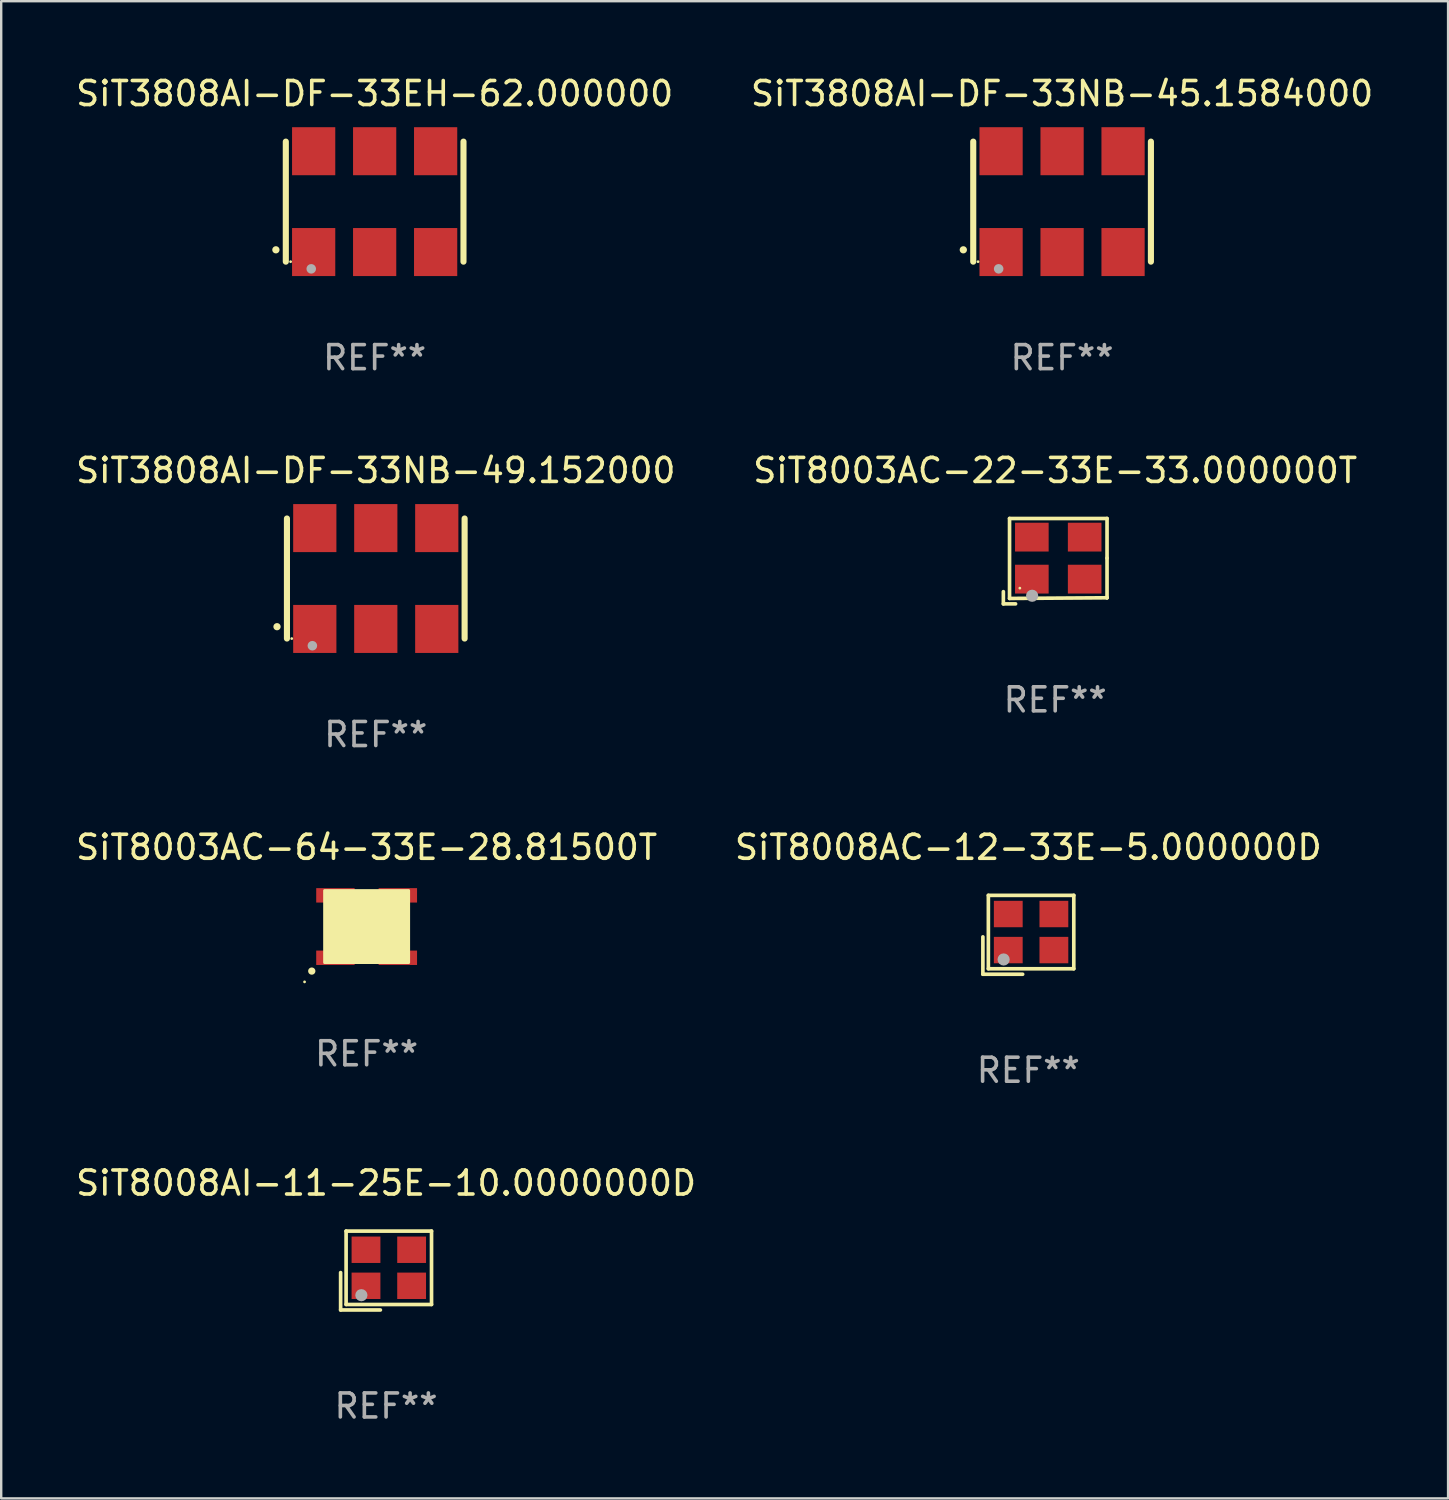
<source format=kicad_pcb>
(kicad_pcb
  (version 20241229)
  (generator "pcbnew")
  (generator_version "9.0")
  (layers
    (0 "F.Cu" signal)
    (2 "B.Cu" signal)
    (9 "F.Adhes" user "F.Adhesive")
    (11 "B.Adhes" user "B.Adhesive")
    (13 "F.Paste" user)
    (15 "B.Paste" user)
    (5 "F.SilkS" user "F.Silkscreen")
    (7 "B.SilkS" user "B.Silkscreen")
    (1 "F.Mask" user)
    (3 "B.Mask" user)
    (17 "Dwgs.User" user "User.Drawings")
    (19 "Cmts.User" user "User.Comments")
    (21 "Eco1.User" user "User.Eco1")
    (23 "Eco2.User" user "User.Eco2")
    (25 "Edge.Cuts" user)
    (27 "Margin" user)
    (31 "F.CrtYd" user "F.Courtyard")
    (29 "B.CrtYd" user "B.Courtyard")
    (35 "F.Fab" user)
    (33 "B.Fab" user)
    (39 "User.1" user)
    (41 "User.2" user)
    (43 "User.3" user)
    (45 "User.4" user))
  (footprint "SiT8003AC-22-33E-33.000000T"
    (layer "F.Cu")
    (at 40.899 20.323)
    (property "Reference" "SiT8003AC-22-33E-33.000000T" (at 0 -3.778 0) (layer "F.SilkS") (effects (font (size 1 1) (thickness 0.15))))
    (attr through_hole)
    (fp_line (start -2.159 1.27) (end -2.159 1.778) (stroke (width 0.152) (type solid)) (layer "F.SilkS"))
    (fp_line (start -2.159 1.778) (end -1.651 1.778) (stroke (width 0.152) (type solid)) (layer "F.SilkS"))
    (fp_line (start -1.902 -1.778) (end 2.159 -1.778) (stroke (width 0.152) (type solid)) (layer "F.SilkS"))
    (fp_line (start -1.902 1.552) (end -1.902 -1.778) (stroke (width 0.152) (type solid)) (layer "F.SilkS"))
    (fp_line (start 2.159 -1.778) (end 2.159 -0.127) (stroke (width 0.152) (type solid)) (layer "F.SilkS"))
    (fp_line (start 2.159 -0.127) (end 2.159 1.524) (stroke (width 0.152) (type solid)) (layer "F.SilkS"))
    (fp_line (start 2.159 1.524) (end -1.902 1.552) (stroke (width 0.152) (type solid)) (layer "F.SilkS"))
    (fp_line (start 2.159 1.524) (end 2.159 1.524) (stroke (width 0.152) (type solid)) (layer "F.SilkS"))
    (fp_circle (center -1.473 1.123) (end -1.443 1.123) (stroke (width 0.06) (type solid)) (fill no) (layer "F.SilkS"))
    (fp_circle (center -0.961 1.44) (end -0.834 1.44) (stroke (width 0.254) (type solid)) (fill no) (layer "F.Fab"))
    (fp_text user "REF**" (at 0 5.778 0) (layer "F.Fab") (effects (font (size 1 1) (thickness 0.15))))
    (pad "1" smd rect (at -0.973 0.748) (size 1.4 1.2) (layers "F.Cu" "F.Mask" "F.Paste"))
    (pad "2" smd rect (at 1.227 0.748) (size 1.4 1.2) (layers "F.Cu" "F.Mask" "F.Paste"))
    (pad "3" smd rect (at 1.227 -1.002) (size 1.4 1.2) (layers "F.Cu" "F.Mask" "F.Paste"))
    (pad "4" smd rect (at -0.973 -1.002) (size 1.4 1.2) (layers "F.Cu" "F.Mask" "F.Paste")))
  (footprint "SiT8003AC-64-33E-28.81500T"
    (layer "F.Cu")
    (at 12.22 35.541)
    (property "Reference" "SiT8003AC-64-33E-28.81500T" (at 0 -3.3 0) (layer "F.SilkS") (effects (font (size 1 1) (thickness 0.15))))
    (attr through_hole)
    (fp_arc (start -2.286005 1.854153) (mid -2.284735 1.854148) (end -2.283465 1.854153) (stroke (width 0.3) (type solid)) (layer "F.SilkS"))
    (fp_circle (center -2.585 2.304) (end -2.555 2.304) (stroke (width 0.06) (type solid)) (fill no) (layer "F.SilkS"))
    (fp_poly (pts (xy -1.75 -1.5) (xy 1.75 -1.5) (xy 1.75 1.5) (xy -1.75 1.5)) (stroke (width 0.12) (type solid)) (fill yes) (layer "F.SilkS"))
    (fp_text user "REF**" (at 0 5.3 0) (layer "F.Fab") (effects (font (size 1 1) (thickness 0.15))))
    (pad "1" smd rect (at -1.3 1.3) (size 1.6 0.6) (layers "F.Cu" "F.Mask" "F.Paste"))
    (pad "2" smd rect (at 1.3 1.3) (size 1.6 0.6) (layers "F.Cu" "F.Mask" "F.Paste"))
    (pad "3" smd rect (at 1.3 -1.3) (size 1.6 0.6) (layers "F.Cu" "F.Mask" "F.Paste"))
    (pad "4" smd rect (at -1.3 -1.3) (size 1.6 0.6) (layers "F.Cu" "F.Mask" "F.Paste")))
  (footprint "SiT3808AI-DF-33NB-49.152000"
    (layer "F.Cu")
    (at 12.601 21.045)
    (property "Reference" "SiT3808AI-DF-33NB-49.152000" (at 0 -4.5 0) (layer "F.SilkS") (effects (font (size 1 1) (thickness 0.15))))
    (attr through_hole)
    (fp_line (start -3.7 -2.5) (end -3.7 2.5) (stroke (width 0.254) (type solid)) (layer "F.SilkS"))
    (fp_line (start 3.7 -2.5) (end 3.7 2.5) (stroke (width 0.254) (type solid)) (layer "F.SilkS"))
    (fp_arc (start -4.114415 2.006604) (mid -4.113145 2.006599) (end -4.111875 2.006604) (stroke (width 0.3) (type solid)) (layer "F.SilkS"))
    (fp_circle (center -3.5 2.501) (end -3.47 2.501) (stroke (width 0.06) (type solid)) (fill no) (layer "F.SilkS"))
    (fp_circle (center -2.641 2.799) (end -2.541 2.799) (stroke (width 0.2) (type solid)) (fill no) (layer "F.Fab"))
    (fp_text user "REF**" (at 0 6.5 0) (layer "F.Fab") (effects (font (size 1 1) (thickness 0.15))))
    (pad "1" smd rect (at -2.54 2.1) (size 1.8 2) (layers "F.Cu" "F.Mask" "F.Paste"))
    (pad "2" smd rect (at 0.000394 2.1) (size 1.8 2) (layers "F.Cu" "F.Mask" "F.Paste"))
    (pad "3" smd rect (at 2.54 2.1) (size 1.8 2) (layers "F.Cu" "F.Mask" "F.Paste"))
    (pad "4" smd rect (at 2.54 -2.1) (size 1.8 2) (layers "F.Cu" "F.Mask" "F.Paste"))
    (pad "5" smd rect (at 0.000394 -2.1) (size 1.8 2) (layers "F.Cu" "F.Mask" "F.Paste"))
    (pad "6" smd rect (at -2.54 -2.1) (size 1.8 2) (layers "F.Cu" "F.Mask" "F.Paste")))
  (footprint "SiT3808AI-DF-33EH-62.000000"
    (layer "F.Cu")
    (at 12.554 5.348)
    (property "Reference" "SiT3808AI-DF-33EH-62.000000" (at 0 -4.5 0) (layer "F.SilkS") (effects (font (size 1 1) (thickness 0.15))))
    (attr through_hole)
    (fp_line (start -3.7 -2.5) (end -3.7 2.5) (stroke (width 0.254) (type solid)) (layer "F.SilkS"))
    (fp_line (start 3.7 -2.5) (end 3.7 2.5) (stroke (width 0.254) (type solid)) (layer "F.SilkS"))
    (fp_arc (start -4.114415 2.006604) (mid -4.113145 2.006599) (end -4.111875 2.006604) (stroke (width 0.3) (type solid)) (layer "F.SilkS"))
    (fp_circle (center -3.5 2.501) (end -3.47 2.501) (stroke (width 0.06) (type solid)) (fill no) (layer "F.SilkS"))
    (fp_circle (center -2.641 2.799) (end -2.541 2.799) (stroke (width 0.2) (type solid)) (fill no) (layer "F.Fab"))
    (fp_text user "REF**" (at 0 6.5 0) (layer "F.Fab") (effects (font (size 1 1) (thickness 0.15))))
    (pad "1" smd rect (at -2.54 2.1) (size 1.8 2) (layers "F.Cu" "F.Mask" "F.Paste"))
    (pad "2" smd rect (at 0.000394 2.1) (size 1.8 2) (layers "F.Cu" "F.Mask" "F.Paste"))
    (pad "3" smd rect (at 2.54 2.1) (size 1.8 2) (layers "F.Cu" "F.Mask" "F.Paste"))
    (pad "4" smd rect (at 2.54 -2.1) (size 1.8 2) (layers "F.Cu" "F.Mask" "F.Paste"))
    (pad "5" smd rect (at 0.000394 -2.1) (size 1.8 2) (layers "F.Cu" "F.Mask" "F.Paste"))
    (pad "6" smd rect (at -2.54 -2.1) (size 1.8 2) (layers "F.Cu" "F.Mask" "F.Paste")))
  (footprint "SiT3808AI-DF-33NB-45.1584000"
    (layer "F.Cu")
    (at 41.185 5.348)
    (property "Reference" "SiT3808AI-DF-33NB-45.1584000" (at 0 -4.5 0) (layer "F.SilkS") (effects (font (size 1 1) (thickness 0.15))))
    (attr through_hole)
    (fp_line (start -3.7 -2.5) (end -3.7 2.5) (stroke (width 0.254) (type solid)) (layer "F.SilkS"))
    (fp_line (start 3.7 -2.5) (end 3.7 2.5) (stroke (width 0.254) (type solid)) (layer "F.SilkS"))
    (fp_arc (start -4.114415 2.006604) (mid -4.113145 2.006599) (end -4.111875 2.006604) (stroke (width 0.3) (type solid)) (layer "F.SilkS"))
    (fp_circle (center -3.5 2.501) (end -3.47 2.501) (stroke (width 0.06) (type solid)) (fill no) (layer "F.SilkS"))
    (fp_circle (center -2.641 2.799) (end -2.541 2.799) (stroke (width 0.2) (type solid)) (fill no) (layer "F.Fab"))
    (fp_text user "REF**" (at 0 6.5 0) (layer "F.Fab") (effects (font (size 1 1) (thickness 0.15))))
    (pad "1" smd rect (at -2.54 2.1) (size 1.8 2) (layers "F.Cu" "F.Mask" "F.Paste"))
    (pad "2" smd rect (at 0.000394 2.1) (size 1.8 2) (layers "F.Cu" "F.Mask" "F.Paste"))
    (pad "3" smd rect (at 2.54 2.1) (size 1.8 2) (layers "F.Cu" "F.Mask" "F.Paste"))
    (pad "4" smd rect (at 2.54 -2.1) (size 1.8 2) (layers "F.Cu" "F.Mask" "F.Paste"))
    (pad "5" smd rect (at 0.000394 -2.1) (size 1.8 2) (layers "F.Cu" "F.Mask" "F.Paste"))
    (pad "6" smd rect (at -2.54 -2.1) (size 1.8 2) (layers "F.Cu" "F.Mask" "F.Paste")))
  (footprint "SiT8008AC-12-33E-5.000000D"
    (layer "F.Cu")
    (at 39.78 35.884)
    (property "Reference" "SiT8008AC-12-33E-5.000000D" (at 0 -3.643 0) (layer "F.SilkS") (effects (font (size 1 1) (thickness 0.15))))
    (attr through_hole)
    (fp_line (start -1.893 0.086) (end -1.893 1.643) (stroke (width 0.152) (type solid)) (layer "F.SilkS"))
    (fp_line (start -1.893 1.643) (end -0.237 1.643) (stroke (width 0.152) (type solid)) (layer "F.SilkS"))
    (fp_line (start -1.665 -1.643) (end 1.893 -1.643) (stroke (width 0.152) (type solid)) (layer "F.SilkS"))
    (fp_line (start -1.665 1.414) (end -1.665 -1.643) (stroke (width 0.152) (type solid)) (layer "F.SilkS"))
    (fp_line (start 1.893 -1.643) (end 1.893 1.414) (stroke (width 0.152) (type solid)) (layer "F.SilkS"))
    (fp_line (start 1.893 1.414) (end -1.665 1.414) (stroke (width 0.152) (type solid)) (layer "F.SilkS"))
    (fp_circle (center -1.136 0.885) (end -1.106 0.885) (stroke (width 0.06) (type solid)) (fill no) (layer "F.SilkS"))
    (fp_circle (center -1.029 1.028) (end -0.902 1.028) (stroke (width 0.254) (type solid)) (fill no) (layer "F.Fab"))
    (fp_text user "REF**" (at 0 5.643 0) (layer "F.Fab") (effects (font (size 1 1) (thickness 0.15))))
    (pad "1" smd rect (at -0.836 0.636) (size 1.2 1.1) (layers "F.Cu" "F.Mask" "F.Paste"))
    (pad "2" smd rect (at 1.064 0.636) (size 1.2 1.1) (layers "F.Cu" "F.Mask" "F.Paste"))
    (pad "3" smd rect (at 1.064 -0.865) (size 1.2 1.1) (layers "F.Cu" "F.Mask" "F.Paste"))
    (pad "4" smd rect (at -0.836 -0.865) (size 1.2 1.1) (layers "F.Cu" "F.Mask" "F.Paste")))
  (footprint "SiT8008AI-11-25E-10.0000000D"
    (layer "F.Cu")
    (at 13.03 49.867)
    (property "Reference" "SiT8008AI-11-25E-10.0000000D" (at 0 -3.643 0) (layer "F.SilkS") (effects (font (size 1 1) (thickness 0.15))))
    (attr through_hole)
    (fp_line (start -1.893 0.086) (end -1.893 1.643) (stroke (width 0.152) (type solid)) (layer "F.SilkS"))
    (fp_line (start -1.893 1.643) (end -0.237 1.643) (stroke (width 0.152) (type solid)) (layer "F.SilkS"))
    (fp_line (start -1.665 -1.643) (end 1.893 -1.643) (stroke (width 0.152) (type solid)) (layer "F.SilkS"))
    (fp_line (start -1.665 1.414) (end -1.665 -1.643) (stroke (width 0.152) (type solid)) (layer "F.SilkS"))
    (fp_line (start 1.893 -1.643) (end 1.893 1.414) (stroke (width 0.152) (type solid)) (layer "F.SilkS"))
    (fp_line (start 1.893 1.414) (end -1.665 1.414) (stroke (width 0.152) (type solid)) (layer "F.SilkS"))
    (fp_circle (center -1.136 0.885) (end -1.106 0.885) (stroke (width 0.06) (type solid)) (fill no) (layer "F.SilkS"))
    (fp_circle (center -1.029 1.028) (end -0.902 1.028) (stroke (width 0.254) (type solid)) (fill no) (layer "F.Fab"))
    (fp_text user "REF**" (at 0 5.643 0) (layer "F.Fab") (effects (font (size 1 1) (thickness 0.15))))
    (pad "1" smd rect (at -0.836 0.636) (size 1.2 1.1) (layers "F.Cu" "F.Mask" "F.Paste"))
    (pad "2" smd rect (at 1.064 0.636) (size 1.2 1.1) (layers "F.Cu" "F.Mask" "F.Paste"))
    (pad "3" smd rect (at 1.064 -0.865) (size 1.2 1.1) (layers "F.Cu" "F.Mask" "F.Paste"))
    (pad "4" smd rect (at -0.836 -0.865) (size 1.2 1.1) (layers "F.Cu" "F.Mask" "F.Paste")))
  (gr_rect
    (start -3 -3)
    (end 57.262 59.359)
    (stroke (width 0.1) (type default))
    (fill no)
    (layer "Edge.Cuts")))
</source>
